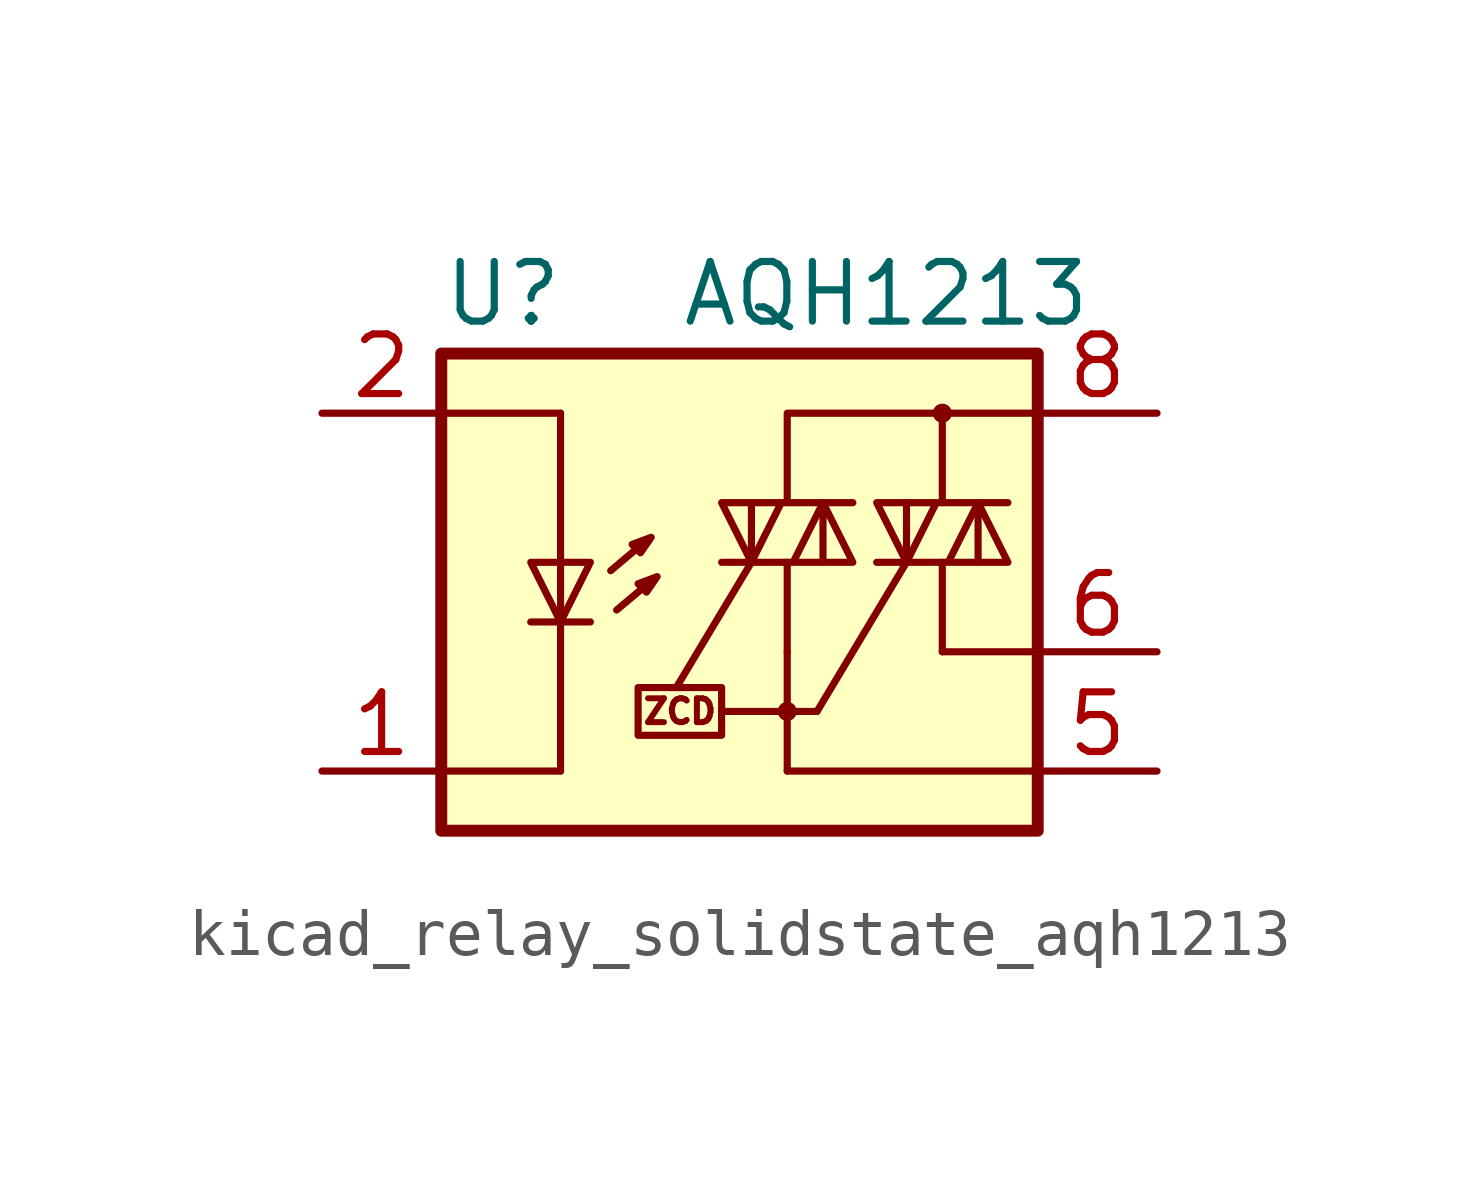
<source format=kicad_sym>
(kicad_symbol_lib
  (version 20220914)
  (generator kicad_symbol_editor)
  (symbol "kicad_relay_solidstate_aqh1213"
    (property "Reference" "U"
      (at -7.62 5.08 0)
      (effects (font (size 1.27 1.27)) (justify left)))
    (property "Value" "AQH1213"
      (at -2.54 5.08 0)
      (effects (font (size 1.27 1.27)) (justify left)))
    (symbol "kicad_relay_solidstate_aqh1213_0_0"
      (rectangle (start -3.429 -3.302) (end -1.651 -4.318) (stroke (width 0) (type default)) (fill (type none)))
      (text "ZCD" (at -2.54 -3.81 0) (effects (font (size 0.508 0.508)))))
    (symbol "kicad_relay_solidstate_aqh1213_0_1"
      (rectangle (start -7.62 3.81) (end 5.08 -6.35) (stroke (width 0.254) (type default)) (fill (type background)))
      (polyline (pts (xy -5.715 -1.905) (xy -4.445 -1.905)) (stroke (width 0) (type default)) (fill (type none)))
      (polyline (pts (xy -5.08 -5.08) (xy -7.62 -5.08)) (stroke (width 0) (type default)) (fill (type none)))
      (polyline (pts (xy -5.08 -1.905) (xy -5.08 -5.08)) (stroke (width 0) (type default)) (fill (type none)))
      (polyline (pts (xy -5.08 -0.635) (xy -5.08 -1.905)) (stroke (width 0) (type default)) (fill (type none)))
      (polyline (pts (xy -5.08 -0.635) (xy -5.08 2.54)) (stroke (width 0) (type default)) (fill (type none)))
      (polyline (pts (xy -5.08 2.54) (xy -7.493 2.54)) (stroke (width 0) (type default)) (fill (type none)))
      (polyline (pts (xy -3.251 -1.118) (xy -3.886 -1.651)) (stroke (width 0) (type default)) (fill (type none)))
      (polyline (pts (xy -1.651 -3.81) (xy -0.254 -3.81)) (stroke (width 0) (type default)) (fill (type none)))
      (polyline (pts (xy -1.016 -0.635) (xy -2.616 -3.302)) (stroke (width 0) (type default)) (fill (type none)))
      (polyline (pts (xy -1.016 -0.635) (xy -1.016 0.635)) (stroke (width 0) (type default)) (fill (type none)))
      (polyline (pts (xy -0.254 -3.81) (xy 0.381 -3.81)) (stroke (width 0) (type default)) (fill (type none)))
      (polyline (pts (xy -0.254 -2.54) (xy -0.254 -5.08)) (stroke (width 0) (type default)) (fill (type none)))
      (polyline (pts (xy -0.254 -2.54) (xy -0.254 -0.635)) (stroke (width 0) (type default)) (fill (type none)))
      (polyline (pts (xy 0.381 -3.81) (xy 2.286 -0.635)) (stroke (width 0) (type default)) (fill (type none)))
      (polyline (pts (xy 0.508 0.635) (xy 0.508 -0.635)) (stroke (width 0) (type default)) (fill (type none)))
      (polyline (pts (xy 3.048 -2.54) (xy 5.08 -2.54)) (stroke (width 0) (type default)) (fill (type none)))
      (polyline (pts (xy 3.048 -0.635) (xy 3.048 -2.54)) (stroke (width 0) (type default)) (fill (type none)))
      (polyline (pts (xy 3.048 2.54) (xy 3.048 0.635)) (stroke (width 0) (type default)) (fill (type none)))
      (polyline (pts (xy 5.08 -5.08) (xy -0.254 -5.08)) (stroke (width 0) (type default)) (fill (type none)))
      (polyline (pts (xy 5.08 2.54) (xy 3.048 2.54)) (stroke (width 0) (type default)) (fill (type none)))
      (polyline (pts (xy 3.048 2.54) (xy -0.254 2.54) (xy -0.254 0.635)) (stroke (width 0) (type default)) (fill (type none)))
      (polyline (pts (xy -5.08 -1.905) (xy -5.715 -0.635) (xy -4.445 -0.635) (xy -5.08 -1.905)) (stroke (width 0) (type default)) (fill (type none)))
      (polyline (pts (xy -3.429 -1.092) (xy -3.251 -1.27) (xy -3.023 -0.94) (xy -3.429 -1.092)) (stroke (width 0) (type default)) (fill (type none)))
      (polyline (pts (xy -1.651 -0.635) (xy 1.143 -0.635) (xy 0.508 0.635) (xy -0.127 -0.635)) (stroke (width 0) (type default)) (fill (type none)))
      (polyline (pts (xy 1.143 0.635) (xy -1.651 0.635) (xy -1.016 -0.635) (xy -0.381 0.635)) (stroke (width 0) (type default)) (fill (type none))))
    (symbol "kicad_relay_solidstate_aqh1213_1_1"
      (circle (center -0.254 -3.81) (radius 0.127) (stroke (width 0) (type default)) (fill (type none)))
      (polyline (pts (xy -3.378 -0.279) (xy -4.013 -0.813)) (stroke (width 0) (type default)) (fill (type none)))
      (polyline (pts (xy 2.286 -0.635) (xy 2.286 0.635)) (stroke (width 0) (type default)) (fill (type none)))
      (polyline (pts (xy 3.81 0.635) (xy 3.81 -0.635)) (stroke (width 0) (type default)) (fill (type none)))
      (polyline (pts (xy -3.556 -0.254) (xy -3.378 -0.432) (xy -3.15 -0.102) (xy -3.556 -0.254)) (stroke (width 0) (type default)) (fill (type none)))
      (polyline (pts (xy 1.651 -0.635) (xy 4.445 -0.635) (xy 3.81 0.635) (xy 3.175 -0.635)) (stroke (width 0) (type default)) (fill (type none)))
      (polyline (pts (xy 4.445 0.635) (xy 1.651 0.635) (xy 2.286 -0.635) (xy 2.921 0.635)) (stroke (width 0) (type default)) (fill (type none)))
      (circle (center 3.048 2.54) (radius 0.127) (stroke (width 0) (type default)) (fill (type none)))
      (pin passive line (at -10.16 -5.08 0) (length 2.54) (name "~" (effects (font (size 1.27 1.27)))) (number "1" (effects (font (size 1.27 1.27)))))
      (pin passive line (at -10.16 2.54 0) (length 2.54) (name "~" (effects (font (size 1.27 1.27)))) (number "2" (effects (font (size 1.27 1.27)))))
      (pin passive line (at -10.16 -5.08 0) (length 2.54) hide (name "~" (effects (font (size 1.27 1.27)))) (number "3" (effects (font (size 1.27 1.27)))))
      (pin passive line (at -10.16 -5.08 0) (length 2.54) hide (name "~" (effects (font (size 1.27 1.27)))) (number "4" (effects (font (size 1.27 1.27)))))
      (pin passive line (at 7.62 -5.08 180) (length 2.54) (name "~" (effects (font (size 1.27 1.27)))) (number "5" (effects (font (size 1.27 1.27)))))
      (pin passive line (at 7.62 -2.54 180) (length 2.54) (name "~" (effects (font (size 1.27 1.27)))) (number "6" (effects (font (size 1.27 1.27)))))
      (pin passive line (at 7.62 2.54 180) (length 2.54) (name "~" (effects (font (size 1.27 1.27)))) (number "8" (effects (font (size 1.27 1.27))))))))
</source>
